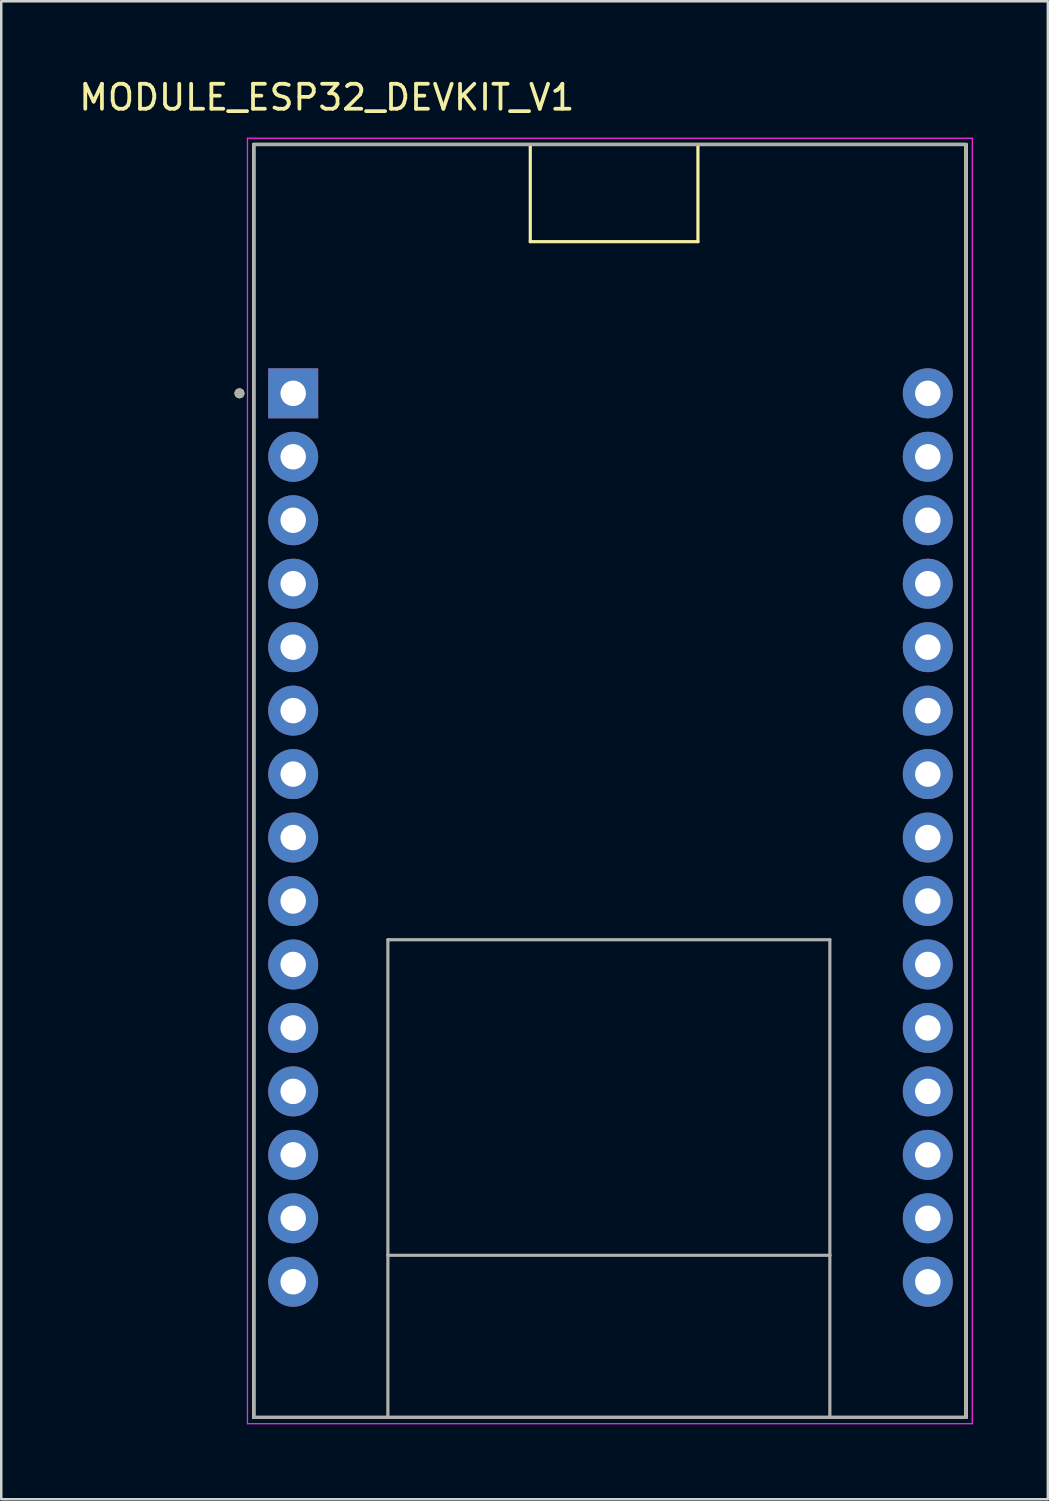
<source format=kicad_pcb>
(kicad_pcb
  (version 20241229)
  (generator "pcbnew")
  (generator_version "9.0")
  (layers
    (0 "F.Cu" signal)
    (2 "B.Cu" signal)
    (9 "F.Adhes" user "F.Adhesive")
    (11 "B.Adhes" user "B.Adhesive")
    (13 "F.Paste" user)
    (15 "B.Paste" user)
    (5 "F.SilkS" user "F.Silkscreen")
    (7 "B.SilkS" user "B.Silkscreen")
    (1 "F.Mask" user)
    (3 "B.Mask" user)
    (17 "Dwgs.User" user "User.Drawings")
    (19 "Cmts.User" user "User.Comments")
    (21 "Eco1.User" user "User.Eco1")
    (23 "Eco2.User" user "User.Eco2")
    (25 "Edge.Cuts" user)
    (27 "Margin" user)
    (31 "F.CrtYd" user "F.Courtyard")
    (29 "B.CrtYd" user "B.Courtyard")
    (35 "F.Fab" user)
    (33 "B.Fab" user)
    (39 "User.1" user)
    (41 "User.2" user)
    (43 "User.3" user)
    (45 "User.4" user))
  (footprint "MODULE_ESP32_DEVKIT_V1"
    (layer "F.Cu")
    (at 21.385 28.208)
    (property "Reference" "MODULE_ESP32_DEVKIT_V1" (at -11.355 -27.36 0) (layer "F.SilkS") (effects (font (size 1 1) (thickness 0.15))))
    (attr through_hole)
    (fp_line (start -14.28 -25.475) (end -3.211 -25.475) (stroke (width 0.127) (type solid)) (layer "F.SilkS"))
    (fp_line (start -14.28 -25.475) (end 14.23 -25.475) (stroke (width 0.127) (type solid)) (layer "F.SilkS"))
    (fp_line (start -14.28 25.475) (end -14.28 -25.475) (stroke (width 0.127) (type solid)) (layer "F.SilkS"))
    (fp_line (start -14.28 25.475) (end -14.28 -25.475) (stroke (width 0.127) (type solid)) (layer "F.SilkS"))
    (fp_line (start -14.28 25.475) (end -8.91 25.475) (stroke (width 0.127) (type solid)) (layer "F.SilkS"))
    (fp_line (start -8.91 25.475) (end 8.78 25.475) (stroke (width 0.127) (type solid)) (layer "F.SilkS"))
    (fp_line (start -3.211 -25.475) (end 3.5 -25.475) (stroke (width 0.127) (type solid)) (layer "F.SilkS"))
    (fp_line (start -3.211 -21.585) (end -3.211 -25.475) (stroke (width 0.127) (type solid)) (layer "F.SilkS"))
    (fp_line (start 3.5 -25.475) (end 3.5 -21.585) (stroke (width 0.127) (type solid)) (layer "F.SilkS"))
    (fp_line (start 3.5 -25.475) (end 14.23 -25.475) (stroke (width 0.127) (type solid)) (layer "F.SilkS"))
    (fp_line (start 3.5 -21.585) (end -3.211 -21.585) (stroke (width 0.127) (type solid)) (layer "F.SilkS"))
    (fp_line (start 8.78 25.475) (end 14.23 25.475) (stroke (width 0.127) (type solid)) (layer "F.SilkS"))
    (fp_line (start 14.23 -25.475) (end 14.23 25.475) (stroke (width 0.127) (type solid)) (layer "F.SilkS"))
    (fp_line (start 14.23 -25.475) (end 14.23 25.475) (stroke (width 0.127) (type solid)) (layer "F.SilkS"))
    (fp_line (start 14.23 25.475) (end -14.28 25.475) (stroke (width 0.127) (type solid)) (layer "F.SilkS"))
    (fp_circle (center -14.85 -15.515) (end -14.75 -15.515) (stroke (width 0.2) (type solid)) (fill no) (layer "F.SilkS"))
    (fp_line (start -14.53 -25.725) (end -14.53 25.725) (stroke (width 0.05) (type solid)) (layer "F.CrtYd"))
    (fp_line (start -14.53 25.725) (end 14.48 25.725) (stroke (width 0.05) (type solid)) (layer "F.CrtYd"))
    (fp_line (start 14.48 -25.725) (end -14.53 -25.725) (stroke (width 0.05) (type solid)) (layer "F.CrtYd"))
    (fp_line (start 14.48 25.725) (end 14.48 -25.725) (stroke (width 0.05) (type solid)) (layer "F.CrtYd"))
    (fp_line (start -14.28 -25.475) (end -3.211 -25.475) (stroke (width 0.127) (type solid)) (layer "F.Fab"))
    (fp_line (start -14.28 25.475) (end -14.28 -25.475) (stroke (width 0.127) (type solid)) (layer "F.Fab"))
    (fp_line (start -14.28 25.475) (end -8.91 25.475) (stroke (width 0.127) (type solid)) (layer "F.Fab"))
    (fp_line (start -8.91 6.355) (end 8.78 6.355) (stroke (width 0.127) (type solid)) (layer "F.Fab"))
    (fp_line (start -8.91 18.985) (end -8.91 6.355) (stroke (width 0.127) (type solid)) (layer "F.Fab"))
    (fp_line (start -8.91 18.985) (end 8.78 18.985) (stroke (width 0.127) (type solid)) (layer "F.Fab"))
    (fp_line (start -8.91 25.475) (end -8.91 18.985) (stroke (width 0.127) (type solid)) (layer "F.Fab"))
    (fp_line (start -8.91 25.475) (end 8.78 25.475) (stroke (width 0.127) (type solid)) (layer "F.Fab"))
    (fp_line (start -3.211 -25.475) (end 3.5 -25.475) (stroke (width 0.127) (type solid)) (layer "F.Fab"))
    (fp_line (start 3.5 -25.475) (end 14.23 -25.475) (stroke (width 0.127) (type solid)) (layer "F.Fab"))
    (fp_line (start 8.78 6.355) (end 8.78 18.985) (stroke (width 0.127) (type solid)) (layer "F.Fab"))
    (fp_line (start 8.78 18.985) (end 8.78 25.475) (stroke (width 0.127) (type solid)) (layer "F.Fab"))
    (fp_line (start 8.78 25.475) (end 14.23 25.475) (stroke (width 0.127) (type solid)) (layer "F.Fab"))
    (fp_line (start 14.23 -25.475) (end 14.23 25.475) (stroke (width 0.127) (type solid)) (layer "F.Fab"))
    (fp_circle (center -14.85 -15.515) (end -14.75 -15.515) (stroke (width 0.2) (type solid)) (fill no) (layer "F.Fab"))
    (pad "1" thru_hole rect (at -12.7 -15.515) (size 2 2) (drill 1.02) (layers "*.Cu" "*.Mask"))
    (pad "2" thru_hole circle (at -12.7 -12.975) (size 2 2) (drill 1.02) (layers "*.Cu" "*.Mask"))
    (pad "3" thru_hole circle (at -12.7 -10.435) (size 2 2) (drill 1.02) (layers "*.Cu" "*.Mask"))
    (pad "4" thru_hole circle (at -12.7 -7.895) (size 2 2) (drill 1.02) (layers "*.Cu" "*.Mask"))
    (pad "5" thru_hole circle (at -12.7 -5.355) (size 2 2) (drill 1.02) (layers "*.Cu" "*.Mask"))
    (pad "6" thru_hole circle (at -12.7 -2.815) (size 2 2) (drill 1.02) (layers "*.Cu" "*.Mask"))
    (pad "7" thru_hole circle (at -12.7 -0.275) (size 2 2) (drill 1.02) (layers "*.Cu" "*.Mask"))
    (pad "8" thru_hole circle (at -12.7 2.265) (size 2 2) (drill 1.02) (layers "*.Cu" "*.Mask"))
    (pad "9" thru_hole circle (at -12.7 4.805) (size 2 2) (drill 1.02) (layers "*.Cu" "*.Mask"))
    (pad "10" thru_hole circle (at -12.7 7.345) (size 2 2) (drill 1.02) (layers "*.Cu" "*.Mask"))
    (pad "11" thru_hole circle (at -12.7 9.885) (size 2 2) (drill 1.02) (layers "*.Cu" "*.Mask"))
    (pad "12" thru_hole circle (at -12.7 12.425) (size 2 2) (drill 1.02) (layers "*.Cu" "*.Mask"))
    (pad "13" thru_hole circle (at -12.7 14.965) (size 2 2) (drill 1.02) (layers "*.Cu" "*.Mask"))
    (pad "14" thru_hole circle (at -12.7 17.505) (size 2 2) (drill 1.02) (layers "*.Cu" "*.Mask"))
    (pad "15" thru_hole circle (at -12.7 20.045) (size 2 2) (drill 1.02) (layers "*.Cu" "*.Mask"))
    (pad "16" thru_hole circle (at 12.7 20.045) (size 2 2) (drill 1.02) (layers "*.Cu" "*.Mask"))
    (pad "17" thru_hole circle (at 12.7 17.505) (size 2 2) (drill 1.02) (layers "*.Cu" "*.Mask"))
    (pad "18" thru_hole circle (at 12.7 14.965) (size 2 2) (drill 1.02) (layers "*.Cu" "*.Mask"))
    (pad "19" thru_hole circle (at 12.7 12.425) (size 2 2) (drill 1.02) (layers "*.Cu" "*.Mask"))
    (pad "20" thru_hole circle (at 12.7 9.885) (size 2 2) (drill 1.02) (layers "*.Cu" "*.Mask"))
    (pad "21" thru_hole circle (at 12.7 7.345) (size 2 2) (drill 1.02) (layers "*.Cu" "*.Mask"))
    (pad "22" thru_hole circle (at 12.7 4.805) (size 2 2) (drill 1.02) (layers "*.Cu" "*.Mask"))
    (pad "23" thru_hole circle (at 12.7 2.265) (size 2 2) (drill 1.02) (layers "*.Cu" "*.Mask"))
    (pad "24" thru_hole circle (at 12.7 -0.275) (size 2 2) (drill 1.02) (layers "*.Cu" "*.Mask"))
    (pad "25" thru_hole circle (at 12.7 -2.815) (size 2 2) (drill 1.02) (layers "*.Cu" "*.Mask"))
    (pad "26" thru_hole circle (at 12.7 -5.355) (size 2 2) (drill 1.02) (layers "*.Cu" "*.Mask"))
    (pad "27" thru_hole circle (at 12.7 -7.895) (size 2 2) (drill 1.02) (layers "*.Cu" "*.Mask"))
    (pad "28" thru_hole circle (at 12.7 -10.435) (size 2 2) (drill 1.02) (layers "*.Cu" "*.Mask"))
    (pad "29" thru_hole circle (at 12.7 -12.975) (size 2 2) (drill 1.02) (layers "*.Cu" "*.Mask"))
    (pad "30" thru_hole circle (at 12.7 -15.515) (size 2 2) (drill 1.02) (layers "*.Cu" "*.Mask"))
    (zone (net_name "") (layer "F.Cu") (hatch full 0.508) (connect_pads) (min_thickness 0.01) (filled_areas_thickness no) (keepout (tracks not_allowed) (vias not_allowed) (pads not_allowed) (copperpour not_allowed) (footprints allowed)) (placement (enabled no)) (fill) (polygon (pts (xy 12.475 47.193) (xy 30.165 47.193) (xy 30.165 53.683) (xy 12.475 53.683))))
    (zone (net_name "") (layers "F.Cu" "B.Cu") (hatch full 0.508) (connect_pads) (min_thickness 0.01) (filled_areas_thickness no) (keepout (tracks allowed) (vias not_allowed) (pads allowed) (copperpour allowed) (footprints allowed)) (placement (enabled no)) (fill) (polygon (pts (xy 12.475 47.193) (xy 30.165 47.193) (xy 30.165 53.683) (xy 12.475 53.683))))
    (zone (net_name "") (layer "B.Cu") (hatch full 0.508) (connect_pads) (min_thickness 0.01) (filled_areas_thickness no) (keepout (tracks not_allowed) (vias not_allowed) (pads not_allowed) (copperpour not_allowed) (footprints allowed)) (placement (enabled no)) (fill) (polygon (pts (xy 12.475 47.193) (xy 30.165 47.193) (xy 30.165 53.683) (xy 12.475 53.683)))))
  (gr_rect
    (start -3 -3)
    (end 38.89 56.958)
    (stroke (width 0.1) (type default))
    (fill no)
    (layer "Edge.Cuts")))
</source>
